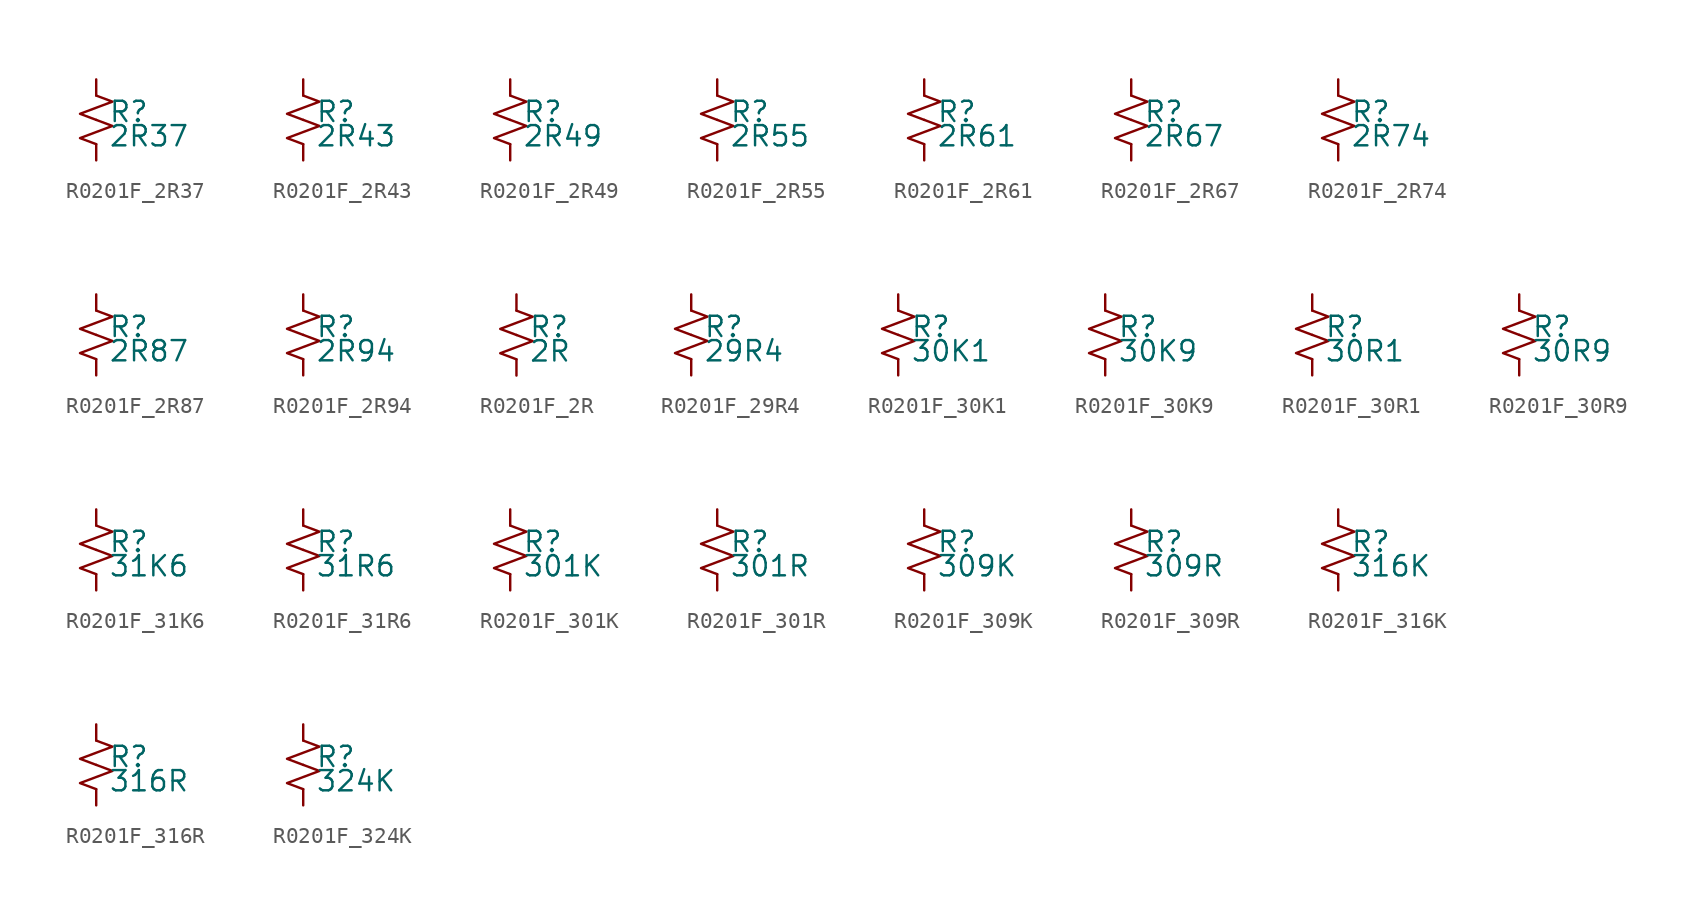
<source format=kicad_sym>
(kicad_symbol_lib
  (version 20220914)
  (generator kicad_symbol_editor)
  (symbol "R0201F_2R37"
    (pin_numbers hide)
    (pin_names
      (offset 0.254) hide)
    (property "Reference" "R"
      (at 0.762 0.508 0)
      (effects (font (size 1.27 1.27)) (justify left)))
    (property "Value" "2R37"
      (at 0.762 -1.016 0)
      (effects (font (size 1.27 1.27)) (justify left)))
    (symbol "R0201F_2R37_1_1"
      (polyline (pts (xy 0 0) (xy 1.016 -0.381) (xy 0 -0.762) (xy -1.016 -1.143) (xy 0 -1.524)) (stroke (width 0) (type default)) (fill (type none)))
      (polyline (pts (xy 0 1.524) (xy 1.016 1.143) (xy 0 0.762) (xy -1.016 0.381) (xy 0 0)) (stroke (width 0) (type default)) (fill (type none)))
      (pin passive line (at 0 2.54 270) (length 1.016) (name "~" (effects (font (size 1.27 1.27)))) (number "1" (effects (font (size 1.27 1.27)))))
      (pin passive line (at 0 -2.54 90) (length 1.016) (name "~" (effects (font (size 1.27 1.27)))) (number "2" (effects (font (size 1.27 1.27)))))))
  (symbol "R0201F_2R43"
    (pin_numbers hide)
    (pin_names
      (offset 0.254) hide)
    (property "Reference" "R"
      (at 0.762 0.508 0)
      (effects (font (size 1.27 1.27)) (justify left)))
    (property "Value" "2R43"
      (at 0.762 -1.016 0)
      (effects (font (size 1.27 1.27)) (justify left)))
    (symbol "R0201F_2R43_1_1"
      (polyline (pts (xy 0 0) (xy 1.016 -0.381) (xy 0 -0.762) (xy -1.016 -1.143) (xy 0 -1.524)) (stroke (width 0) (type default)) (fill (type none)))
      (polyline (pts (xy 0 1.524) (xy 1.016 1.143) (xy 0 0.762) (xy -1.016 0.381) (xy 0 0)) (stroke (width 0) (type default)) (fill (type none)))
      (pin passive line (at 0 2.54 270) (length 1.016) (name "~" (effects (font (size 1.27 1.27)))) (number "1" (effects (font (size 1.27 1.27)))))
      (pin passive line (at 0 -2.54 90) (length 1.016) (name "~" (effects (font (size 1.27 1.27)))) (number "2" (effects (font (size 1.27 1.27)))))))
  (symbol "R0201F_2R49"
    (pin_numbers hide)
    (pin_names
      (offset 0.254) hide)
    (property "Reference" "R"
      (at 0.762 0.508 0)
      (effects (font (size 1.27 1.27)) (justify left)))
    (property "Value" "2R49"
      (at 0.762 -1.016 0)
      (effects (font (size 1.27 1.27)) (justify left)))
    (symbol "R0201F_2R49_1_1"
      (polyline (pts (xy 0 0) (xy 1.016 -0.381) (xy 0 -0.762) (xy -1.016 -1.143) (xy 0 -1.524)) (stroke (width 0) (type default)) (fill (type none)))
      (polyline (pts (xy 0 1.524) (xy 1.016 1.143) (xy 0 0.762) (xy -1.016 0.381) (xy 0 0)) (stroke (width 0) (type default)) (fill (type none)))
      (pin passive line (at 0 2.54 270) (length 1.016) (name "~" (effects (font (size 1.27 1.27)))) (number "1" (effects (font (size 1.27 1.27)))))
      (pin passive line (at 0 -2.54 90) (length 1.016) (name "~" (effects (font (size 1.27 1.27)))) (number "2" (effects (font (size 1.27 1.27)))))))
  (symbol "R0201F_2R55"
    (pin_numbers hide)
    (pin_names
      (offset 0.254) hide)
    (property "Reference" "R"
      (at 0.762 0.508 0)
      (effects (font (size 1.27 1.27)) (justify left)))
    (property "Value" "2R55"
      (at 0.762 -1.016 0)
      (effects (font (size 1.27 1.27)) (justify left)))
    (symbol "R0201F_2R55_1_1"
      (polyline (pts (xy 0 0) (xy 1.016 -0.381) (xy 0 -0.762) (xy -1.016 -1.143) (xy 0 -1.524)) (stroke (width 0) (type default)) (fill (type none)))
      (polyline (pts (xy 0 1.524) (xy 1.016 1.143) (xy 0 0.762) (xy -1.016 0.381) (xy 0 0)) (stroke (width 0) (type default)) (fill (type none)))
      (pin passive line (at 0 2.54 270) (length 1.016) (name "~" (effects (font (size 1.27 1.27)))) (number "1" (effects (font (size 1.27 1.27)))))
      (pin passive line (at 0 -2.54 90) (length 1.016) (name "~" (effects (font (size 1.27 1.27)))) (number "2" (effects (font (size 1.27 1.27)))))))
  (symbol "R0201F_2R61"
    (pin_numbers hide)
    (pin_names
      (offset 0.254) hide)
    (property "Reference" "R"
      (at 0.762 0.508 0)
      (effects (font (size 1.27 1.27)) (justify left)))
    (property "Value" "2R61"
      (at 0.762 -1.016 0)
      (effects (font (size 1.27 1.27)) (justify left)))
    (symbol "R0201F_2R61_1_1"
      (polyline (pts (xy 0 0) (xy 1.016 -0.381) (xy 0 -0.762) (xy -1.016 -1.143) (xy 0 -1.524)) (stroke (width 0) (type default)) (fill (type none)))
      (polyline (pts (xy 0 1.524) (xy 1.016 1.143) (xy 0 0.762) (xy -1.016 0.381) (xy 0 0)) (stroke (width 0) (type default)) (fill (type none)))
      (pin passive line (at 0 2.54 270) (length 1.016) (name "~" (effects (font (size 1.27 1.27)))) (number "1" (effects (font (size 1.27 1.27)))))
      (pin passive line (at 0 -2.54 90) (length 1.016) (name "~" (effects (font (size 1.27 1.27)))) (number "2" (effects (font (size 1.27 1.27)))))))
  (symbol "R0201F_2R67"
    (pin_numbers hide)
    (pin_names
      (offset 0.254) hide)
    (property "Reference" "R"
      (at 0.762 0.508 0)
      (effects (font (size 1.27 1.27)) (justify left)))
    (property "Value" "2R67"
      (at 0.762 -1.016 0)
      (effects (font (size 1.27 1.27)) (justify left)))
    (symbol "R0201F_2R67_1_1"
      (polyline (pts (xy 0 0) (xy 1.016 -0.381) (xy 0 -0.762) (xy -1.016 -1.143) (xy 0 -1.524)) (stroke (width 0) (type default)) (fill (type none)))
      (polyline (pts (xy 0 1.524) (xy 1.016 1.143) (xy 0 0.762) (xy -1.016 0.381) (xy 0 0)) (stroke (width 0) (type default)) (fill (type none)))
      (pin passive line (at 0 2.54 270) (length 1.016) (name "~" (effects (font (size 1.27 1.27)))) (number "1" (effects (font (size 1.27 1.27)))))
      (pin passive line (at 0 -2.54 90) (length 1.016) (name "~" (effects (font (size 1.27 1.27)))) (number "2" (effects (font (size 1.27 1.27)))))))
  (symbol "R0201F_2R74"
    (pin_numbers hide)
    (pin_names
      (offset 0.254) hide)
    (property "Reference" "R"
      (at 0.762 0.508 0)
      (effects (font (size 1.27 1.27)) (justify left)))
    (property "Value" "2R74"
      (at 0.762 -1.016 0)
      (effects (font (size 1.27 1.27)) (justify left)))
    (symbol "R0201F_2R74_1_1"
      (polyline (pts (xy 0 0) (xy 1.016 -0.381) (xy 0 -0.762) (xy -1.016 -1.143) (xy 0 -1.524)) (stroke (width 0) (type default)) (fill (type none)))
      (polyline (pts (xy 0 1.524) (xy 1.016 1.143) (xy 0 0.762) (xy -1.016 0.381) (xy 0 0)) (stroke (width 0) (type default)) (fill (type none)))
      (pin passive line (at 0 2.54 270) (length 1.016) (name "~" (effects (font (size 1.27 1.27)))) (number "1" (effects (font (size 1.27 1.27)))))
      (pin passive line (at 0 -2.54 90) (length 1.016) (name "~" (effects (font (size 1.27 1.27)))) (number "2" (effects (font (size 1.27 1.27)))))))
  (symbol "R0201F_2R87"
    (pin_numbers hide)
    (pin_names
      (offset 0.254) hide)
    (property "Reference" "R"
      (at 0.762 0.508 0)
      (effects (font (size 1.27 1.27)) (justify left)))
    (property "Value" "2R87"
      (at 0.762 -1.016 0)
      (effects (font (size 1.27 1.27)) (justify left)))
    (symbol "R0201F_2R87_1_1"
      (polyline (pts (xy 0 0) (xy 1.016 -0.381) (xy 0 -0.762) (xy -1.016 -1.143) (xy 0 -1.524)) (stroke (width 0) (type default)) (fill (type none)))
      (polyline (pts (xy 0 1.524) (xy 1.016 1.143) (xy 0 0.762) (xy -1.016 0.381) (xy 0 0)) (stroke (width 0) (type default)) (fill (type none)))
      (pin passive line (at 0 2.54 270) (length 1.016) (name "~" (effects (font (size 1.27 1.27)))) (number "1" (effects (font (size 1.27 1.27)))))
      (pin passive line (at 0 -2.54 90) (length 1.016) (name "~" (effects (font (size 1.27 1.27)))) (number "2" (effects (font (size 1.27 1.27)))))))
  (symbol "R0201F_2R94"
    (pin_numbers hide)
    (pin_names
      (offset 0.254) hide)
    (property "Reference" "R"
      (at 0.762 0.508 0)
      (effects (font (size 1.27 1.27)) (justify left)))
    (property "Value" "2R94"
      (at 0.762 -1.016 0)
      (effects (font (size 1.27 1.27)) (justify left)))
    (symbol "R0201F_2R94_1_1"
      (polyline (pts (xy 0 0) (xy 1.016 -0.381) (xy 0 -0.762) (xy -1.016 -1.143) (xy 0 -1.524)) (stroke (width 0) (type default)) (fill (type none)))
      (polyline (pts (xy 0 1.524) (xy 1.016 1.143) (xy 0 0.762) (xy -1.016 0.381) (xy 0 0)) (stroke (width 0) (type default)) (fill (type none)))
      (pin passive line (at 0 2.54 270) (length 1.016) (name "~" (effects (font (size 1.27 1.27)))) (number "1" (effects (font (size 1.27 1.27)))))
      (pin passive line (at 0 -2.54 90) (length 1.016) (name "~" (effects (font (size 1.27 1.27)))) (number "2" (effects (font (size 1.27 1.27)))))))
  (symbol "R0201F_2R"
    (pin_numbers hide)
    (pin_names
      (offset 0.254) hide)
    (property "Reference" "R"
      (at 0.762 0.508 0)
      (effects (font (size 1.27 1.27)) (justify left)))
    (property "Value" "2R"
      (at 0.762 -1.016 0)
      (effects (font (size 1.27 1.27)) (justify left)))
    (symbol "R0201F_2R_1_1"
      (polyline (pts (xy 0 0) (xy 1.016 -0.381) (xy 0 -0.762) (xy -1.016 -1.143) (xy 0 -1.524)) (stroke (width 0) (type default)) (fill (type none)))
      (polyline (pts (xy 0 1.524) (xy 1.016 1.143) (xy 0 0.762) (xy -1.016 0.381) (xy 0 0)) (stroke (width 0) (type default)) (fill (type none)))
      (pin passive line (at 0 2.54 270) (length 1.016) (name "~" (effects (font (size 1.27 1.27)))) (number "1" (effects (font (size 1.27 1.27)))))
      (pin passive line (at 0 -2.54 90) (length 1.016) (name "~" (effects (font (size 1.27 1.27)))) (number "2" (effects (font (size 1.27 1.27)))))))
  (symbol "R0201F_29R4"
    (pin_numbers hide)
    (pin_names
      (offset 0.254) hide)
    (property "Reference" "R"
      (at 0.762 0.508 0)
      (effects (font (size 1.27 1.27)) (justify left)))
    (property "Value" "29R4"
      (at 0.762 -1.016 0)
      (effects (font (size 1.27 1.27)) (justify left)))
    (symbol "R0201F_29R4_1_1"
      (polyline (pts (xy 0 0) (xy 1.016 -0.381) (xy 0 -0.762) (xy -1.016 -1.143) (xy 0 -1.524)) (stroke (width 0) (type default)) (fill (type none)))
      (polyline (pts (xy 0 1.524) (xy 1.016 1.143) (xy 0 0.762) (xy -1.016 0.381) (xy 0 0)) (stroke (width 0) (type default)) (fill (type none)))
      (pin passive line (at 0 2.54 270) (length 1.016) (name "~" (effects (font (size 1.27 1.27)))) (number "1" (effects (font (size 1.27 1.27)))))
      (pin passive line (at 0 -2.54 90) (length 1.016) (name "~" (effects (font (size 1.27 1.27)))) (number "2" (effects (font (size 1.27 1.27)))))))
  (symbol "R0201F_30K1"
    (pin_numbers hide)
    (pin_names
      (offset 0.254) hide)
    (property "Reference" "R"
      (at 0.762 0.508 0)
      (effects (font (size 1.27 1.27)) (justify left)))
    (property "Value" "30K1"
      (at 0.762 -1.016 0)
      (effects (font (size 1.27 1.27)) (justify left)))
    (symbol "R0201F_30K1_1_1"
      (polyline (pts (xy 0 0) (xy 1.016 -0.381) (xy 0 -0.762) (xy -1.016 -1.143) (xy 0 -1.524)) (stroke (width 0) (type default)) (fill (type none)))
      (polyline (pts (xy 0 1.524) (xy 1.016 1.143) (xy 0 0.762) (xy -1.016 0.381) (xy 0 0)) (stroke (width 0) (type default)) (fill (type none)))
      (pin passive line (at 0 2.54 270) (length 1.016) (name "~" (effects (font (size 1.27 1.27)))) (number "1" (effects (font (size 1.27 1.27)))))
      (pin passive line (at 0 -2.54 90) (length 1.016) (name "~" (effects (font (size 1.27 1.27)))) (number "2" (effects (font (size 1.27 1.27)))))))
  (symbol "R0201F_30K9"
    (pin_numbers hide)
    (pin_names
      (offset 0.254) hide)
    (property "Reference" "R"
      (at 0.762 0.508 0)
      (effects (font (size 1.27 1.27)) (justify left)))
    (property "Value" "30K9"
      (at 0.762 -1.016 0)
      (effects (font (size 1.27 1.27)) (justify left)))
    (symbol "R0201F_30K9_1_1"
      (polyline (pts (xy 0 0) (xy 1.016 -0.381) (xy 0 -0.762) (xy -1.016 -1.143) (xy 0 -1.524)) (stroke (width 0) (type default)) (fill (type none)))
      (polyline (pts (xy 0 1.524) (xy 1.016 1.143) (xy 0 0.762) (xy -1.016 0.381) (xy 0 0)) (stroke (width 0) (type default)) (fill (type none)))
      (pin passive line (at 0 2.54 270) (length 1.016) (name "~" (effects (font (size 1.27 1.27)))) (number "1" (effects (font (size 1.27 1.27)))))
      (pin passive line (at 0 -2.54 90) (length 1.016) (name "~" (effects (font (size 1.27 1.27)))) (number "2" (effects (font (size 1.27 1.27)))))))
  (symbol "R0201F_30R1"
    (pin_numbers hide)
    (pin_names
      (offset 0.254) hide)
    (property "Reference" "R"
      (at 0.762 0.508 0)
      (effects (font (size 1.27 1.27)) (justify left)))
    (property "Value" "30R1"
      (at 0.762 -1.016 0)
      (effects (font (size 1.27 1.27)) (justify left)))
    (symbol "R0201F_30R1_1_1"
      (polyline (pts (xy 0 0) (xy 1.016 -0.381) (xy 0 -0.762) (xy -1.016 -1.143) (xy 0 -1.524)) (stroke (width 0) (type default)) (fill (type none)))
      (polyline (pts (xy 0 1.524) (xy 1.016 1.143) (xy 0 0.762) (xy -1.016 0.381) (xy 0 0)) (stroke (width 0) (type default)) (fill (type none)))
      (pin passive line (at 0 2.54 270) (length 1.016) (name "~" (effects (font (size 1.27 1.27)))) (number "1" (effects (font (size 1.27 1.27)))))
      (pin passive line (at 0 -2.54 90) (length 1.016) (name "~" (effects (font (size 1.27 1.27)))) (number "2" (effects (font (size 1.27 1.27)))))))
  (symbol "R0201F_30R9"
    (pin_numbers hide)
    (pin_names
      (offset 0.254) hide)
    (property "Reference" "R"
      (at 0.762 0.508 0)
      (effects (font (size 1.27 1.27)) (justify left)))
    (property "Value" "30R9"
      (at 0.762 -1.016 0)
      (effects (font (size 1.27 1.27)) (justify left)))
    (symbol "R0201F_30R9_1_1"
      (polyline (pts (xy 0 0) (xy 1.016 -0.381) (xy 0 -0.762) (xy -1.016 -1.143) (xy 0 -1.524)) (stroke (width 0) (type default)) (fill (type none)))
      (polyline (pts (xy 0 1.524) (xy 1.016 1.143) (xy 0 0.762) (xy -1.016 0.381) (xy 0 0)) (stroke (width 0) (type default)) (fill (type none)))
      (pin passive line (at 0 2.54 270) (length 1.016) (name "~" (effects (font (size 1.27 1.27)))) (number "1" (effects (font (size 1.27 1.27)))))
      (pin passive line (at 0 -2.54 90) (length 1.016) (name "~" (effects (font (size 1.27 1.27)))) (number "2" (effects (font (size 1.27 1.27)))))))
  (symbol "R0201F_31K6"
    (pin_numbers hide)
    (pin_names
      (offset 0.254) hide)
    (property "Reference" "R"
      (at 0.762 0.508 0)
      (effects (font (size 1.27 1.27)) (justify left)))
    (property "Value" "31K6"
      (at 0.762 -1.016 0)
      (effects (font (size 1.27 1.27)) (justify left)))
    (symbol "R0201F_31K6_1_1"
      (polyline (pts (xy 0 0) (xy 1.016 -0.381) (xy 0 -0.762) (xy -1.016 -1.143) (xy 0 -1.524)) (stroke (width 0) (type default)) (fill (type none)))
      (polyline (pts (xy 0 1.524) (xy 1.016 1.143) (xy 0 0.762) (xy -1.016 0.381) (xy 0 0)) (stroke (width 0) (type default)) (fill (type none)))
      (pin passive line (at 0 2.54 270) (length 1.016) (name "~" (effects (font (size 1.27 1.27)))) (number "1" (effects (font (size 1.27 1.27)))))
      (pin passive line (at 0 -2.54 90) (length 1.016) (name "~" (effects (font (size 1.27 1.27)))) (number "2" (effects (font (size 1.27 1.27)))))))
  (symbol "R0201F_31R6"
    (pin_numbers hide)
    (pin_names
      (offset 0.254) hide)
    (property "Reference" "R"
      (at 0.762 0.508 0)
      (effects (font (size 1.27 1.27)) (justify left)))
    (property "Value" "31R6"
      (at 0.762 -1.016 0)
      (effects (font (size 1.27 1.27)) (justify left)))
    (symbol "R0201F_31R6_1_1"
      (polyline (pts (xy 0 0) (xy 1.016 -0.381) (xy 0 -0.762) (xy -1.016 -1.143) (xy 0 -1.524)) (stroke (width 0) (type default)) (fill (type none)))
      (polyline (pts (xy 0 1.524) (xy 1.016 1.143) (xy 0 0.762) (xy -1.016 0.381) (xy 0 0)) (stroke (width 0) (type default)) (fill (type none)))
      (pin passive line (at 0 2.54 270) (length 1.016) (name "~" (effects (font (size 1.27 1.27)))) (number "1" (effects (font (size 1.27 1.27)))))
      (pin passive line (at 0 -2.54 90) (length 1.016) (name "~" (effects (font (size 1.27 1.27)))) (number "2" (effects (font (size 1.27 1.27)))))))
  (symbol "R0201F_301K"
    (pin_numbers hide)
    (pin_names
      (offset 0.254) hide)
    (property "Reference" "R"
      (at 0.762 0.508 0)
      (effects (font (size 1.27 1.27)) (justify left)))
    (property "Value" "301K"
      (at 0.762 -1.016 0)
      (effects (font (size 1.27 1.27)) (justify left)))
    (symbol "R0201F_301K_1_1"
      (polyline (pts (xy 0 0) (xy 1.016 -0.381) (xy 0 -0.762) (xy -1.016 -1.143) (xy 0 -1.524)) (stroke (width 0) (type default)) (fill (type none)))
      (polyline (pts (xy 0 1.524) (xy 1.016 1.143) (xy 0 0.762) (xy -1.016 0.381) (xy 0 0)) (stroke (width 0) (type default)) (fill (type none)))
      (pin passive line (at 0 2.54 270) (length 1.016) (name "~" (effects (font (size 1.27 1.27)))) (number "1" (effects (font (size 1.27 1.27)))))
      (pin passive line (at 0 -2.54 90) (length 1.016) (name "~" (effects (font (size 1.27 1.27)))) (number "2" (effects (font (size 1.27 1.27)))))))
  (symbol "R0201F_301R"
    (pin_numbers hide)
    (pin_names
      (offset 0.254) hide)
    (property "Reference" "R"
      (at 0.762 0.508 0)
      (effects (font (size 1.27 1.27)) (justify left)))
    (property "Value" "301R"
      (at 0.762 -1.016 0)
      (effects (font (size 1.27 1.27)) (justify left)))
    (symbol "R0201F_301R_1_1"
      (polyline (pts (xy 0 0) (xy 1.016 -0.381) (xy 0 -0.762) (xy -1.016 -1.143) (xy 0 -1.524)) (stroke (width 0) (type default)) (fill (type none)))
      (polyline (pts (xy 0 1.524) (xy 1.016 1.143) (xy 0 0.762) (xy -1.016 0.381) (xy 0 0)) (stroke (width 0) (type default)) (fill (type none)))
      (pin passive line (at 0 2.54 270) (length 1.016) (name "~" (effects (font (size 1.27 1.27)))) (number "1" (effects (font (size 1.27 1.27)))))
      (pin passive line (at 0 -2.54 90) (length 1.016) (name "~" (effects (font (size 1.27 1.27)))) (number "2" (effects (font (size 1.27 1.27)))))))
  (symbol "R0201F_309K"
    (pin_numbers hide)
    (pin_names
      (offset 0.254) hide)
    (property "Reference" "R"
      (at 0.762 0.508 0)
      (effects (font (size 1.27 1.27)) (justify left)))
    (property "Value" "309K"
      (at 0.762 -1.016 0)
      (effects (font (size 1.27 1.27)) (justify left)))
    (symbol "R0201F_309K_1_1"
      (polyline (pts (xy 0 0) (xy 1.016 -0.381) (xy 0 -0.762) (xy -1.016 -1.143) (xy 0 -1.524)) (stroke (width 0) (type default)) (fill (type none)))
      (polyline (pts (xy 0 1.524) (xy 1.016 1.143) (xy 0 0.762) (xy -1.016 0.381) (xy 0 0)) (stroke (width 0) (type default)) (fill (type none)))
      (pin passive line (at 0 2.54 270) (length 1.016) (name "~" (effects (font (size 1.27 1.27)))) (number "1" (effects (font (size 1.27 1.27)))))
      (pin passive line (at 0 -2.54 90) (length 1.016) (name "~" (effects (font (size 1.27 1.27)))) (number "2" (effects (font (size 1.27 1.27)))))))
  (symbol "R0201F_309R"
    (pin_numbers hide)
    (pin_names
      (offset 0.254) hide)
    (property "Reference" "R"
      (at 0.762 0.508 0)
      (effects (font (size 1.27 1.27)) (justify left)))
    (property "Value" "309R"
      (at 0.762 -1.016 0)
      (effects (font (size 1.27 1.27)) (justify left)))
    (symbol "R0201F_309R_1_1"
      (polyline (pts (xy 0 0) (xy 1.016 -0.381) (xy 0 -0.762) (xy -1.016 -1.143) (xy 0 -1.524)) (stroke (width 0) (type default)) (fill (type none)))
      (polyline (pts (xy 0 1.524) (xy 1.016 1.143) (xy 0 0.762) (xy -1.016 0.381) (xy 0 0)) (stroke (width 0) (type default)) (fill (type none)))
      (pin passive line (at 0 2.54 270) (length 1.016) (name "~" (effects (font (size 1.27 1.27)))) (number "1" (effects (font (size 1.27 1.27)))))
      (pin passive line (at 0 -2.54 90) (length 1.016) (name "~" (effects (font (size 1.27 1.27)))) (number "2" (effects (font (size 1.27 1.27)))))))
  (symbol "R0201F_316K"
    (pin_numbers hide)
    (pin_names
      (offset 0.254) hide)
    (property "Reference" "R"
      (at 0.762 0.508 0)
      (effects (font (size 1.27 1.27)) (justify left)))
    (property "Value" "316K"
      (at 0.762 -1.016 0)
      (effects (font (size 1.27 1.27)) (justify left)))
    (symbol "R0201F_316K_1_1"
      (polyline (pts (xy 0 0) (xy 1.016 -0.381) (xy 0 -0.762) (xy -1.016 -1.143) (xy 0 -1.524)) (stroke (width 0) (type default)) (fill (type none)))
      (polyline (pts (xy 0 1.524) (xy 1.016 1.143) (xy 0 0.762) (xy -1.016 0.381) (xy 0 0)) (stroke (width 0) (type default)) (fill (type none)))
      (pin passive line (at 0 2.54 270) (length 1.016) (name "~" (effects (font (size 1.27 1.27)))) (number "1" (effects (font (size 1.27 1.27)))))
      (pin passive line (at 0 -2.54 90) (length 1.016) (name "~" (effects (font (size 1.27 1.27)))) (number "2" (effects (font (size 1.27 1.27)))))))
  (symbol "R0201F_316R"
    (pin_numbers hide)
    (pin_names
      (offset 0.254) hide)
    (property "Reference" "R"
      (at 0.762 0.508 0)
      (effects (font (size 1.27 1.27)) (justify left)))
    (property "Value" "316R"
      (at 0.762 -1.016 0)
      (effects (font (size 1.27 1.27)) (justify left)))
    (symbol "R0201F_316R_1_1"
      (polyline (pts (xy 0 0) (xy 1.016 -0.381) (xy 0 -0.762) (xy -1.016 -1.143) (xy 0 -1.524)) (stroke (width 0) (type default)) (fill (type none)))
      (polyline (pts (xy 0 1.524) (xy 1.016 1.143) (xy 0 0.762) (xy -1.016 0.381) (xy 0 0)) (stroke (width 0) (type default)) (fill (type none)))
      (pin passive line (at 0 2.54 270) (length 1.016) (name "~" (effects (font (size 1.27 1.27)))) (number "1" (effects (font (size 1.27 1.27)))))
      (pin passive line (at 0 -2.54 90) (length 1.016) (name "~" (effects (font (size 1.27 1.27)))) (number "2" (effects (font (size 1.27 1.27)))))))
  (symbol "R0201F_324K"
    (pin_numbers hide)
    (pin_names
      (offset 0.254) hide)
    (property "Reference" "R"
      (at 0.762 0.508 0)
      (effects (font (size 1.27 1.27)) (justify left)))
    (property "Value" "324K"
      (at 0.762 -1.016 0)
      (effects (font (size 1.27 1.27)) (justify left)))
    (symbol "R0201F_324K_1_1"
      (polyline (pts (xy 0 0) (xy 1.016 -0.381) (xy 0 -0.762) (xy -1.016 -1.143) (xy 0 -1.524)) (stroke (width 0) (type default)) (fill (type none)))
      (polyline (pts (xy 0 1.524) (xy 1.016 1.143) (xy 0 0.762) (xy -1.016 0.381) (xy 0 0)) (stroke (width 0) (type default)) (fill (type none)))
      (pin passive line (at 0 2.54 270) (length 1.016) (name "~" (effects (font (size 1.27 1.27)))) (number "1" (effects (font (size 1.27 1.27)))))
      (pin passive line (at 0 -2.54 90) (length 1.016) (name "~" (effects (font (size 1.27 1.27)))) (number "2" (effects (font (size 1.27 1.27))))))))
</source>
